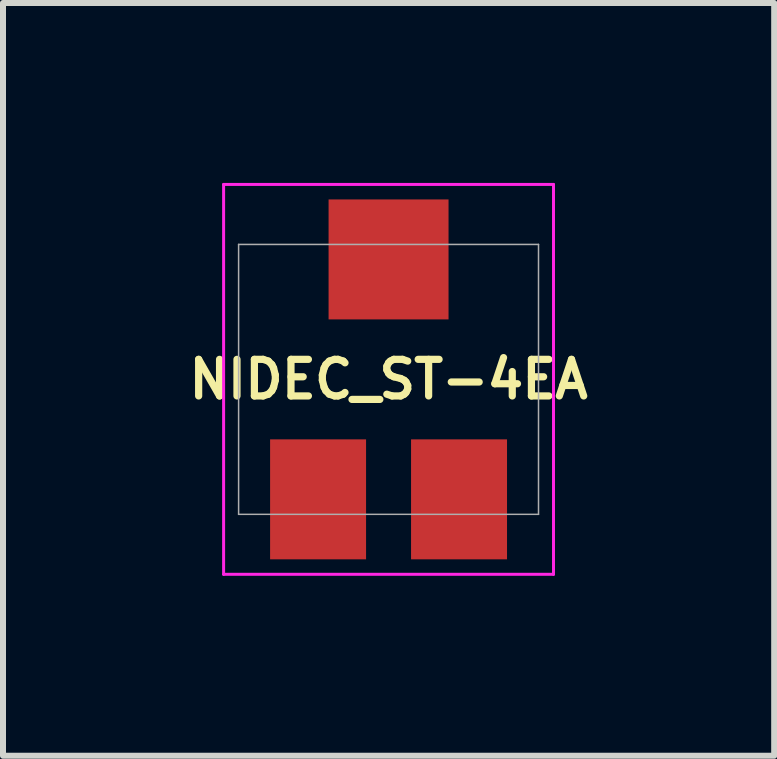
<source format=kicad_pcb>
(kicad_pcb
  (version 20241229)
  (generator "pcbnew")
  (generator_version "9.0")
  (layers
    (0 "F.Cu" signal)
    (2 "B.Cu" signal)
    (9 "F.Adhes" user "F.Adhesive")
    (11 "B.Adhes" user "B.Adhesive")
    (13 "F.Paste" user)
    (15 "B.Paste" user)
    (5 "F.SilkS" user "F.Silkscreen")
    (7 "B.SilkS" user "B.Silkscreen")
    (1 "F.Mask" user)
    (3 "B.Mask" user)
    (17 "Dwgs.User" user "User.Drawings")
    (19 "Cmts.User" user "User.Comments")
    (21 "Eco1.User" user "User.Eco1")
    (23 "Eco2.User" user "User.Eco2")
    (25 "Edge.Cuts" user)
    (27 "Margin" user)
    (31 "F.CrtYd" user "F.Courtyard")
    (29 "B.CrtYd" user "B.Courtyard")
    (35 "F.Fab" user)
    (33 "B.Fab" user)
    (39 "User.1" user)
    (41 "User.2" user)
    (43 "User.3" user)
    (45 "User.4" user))
  (footprint "NIDEC_ST-4EA"
    (layer "F.Cu")
    (at 3.428 3.275)
    (property "Reference" "NIDEC_ST-4EA" (at 0 0 0) (layer "F.SilkS") (effects (font (size 0.61 0.61) (thickness 0.12))))
    (attr smd)
    (fp_line (start -2.75 -3.25) (end 2.75 -3.25) (stroke (width 0.05) (type solid)) (layer "F.CrtYd"))
    (fp_line (start -2.75 3.25) (end -2.75 -3.25) (stroke (width 0.05) (type solid)) (layer "F.CrtYd"))
    (fp_line (start 2.75 -3.25) (end 2.75 3.25) (stroke (width 0.05) (type solid)) (layer "F.CrtYd"))
    (fp_line (start 2.75 3.25) (end -2.75 3.25) (stroke (width 0.05) (type solid)) (layer "F.CrtYd"))
    (fp_line (start -2.5 -2.25) (end 2.5 -2.25) (stroke (width 0.025) (type solid)) (layer "F.Fab"))
    (fp_line (start -2.5 2.25) (end -2.5 -2.25) (stroke (width 0.025) (type solid)) (layer "F.Fab"))
    (fp_line (start 2.5 -2.25) (end 2.5 2.25) (stroke (width 0.025) (type solid)) (layer "F.Fab"))
    (fp_line (start 2.5 2.25) (end -2.5 2.25) (stroke (width 0.025) (type solid)) (layer "F.Fab"))
    (pad "1" smd rect (at 1.175 2) (size 1.6 2) (layers "F.Cu" "F.Mask" "F.Paste"))
    (pad "2" smd rect (at 0 -2) (size 2 2) (layers "F.Cu" "F.Mask" "F.Paste"))
    (pad "3" smd rect (at -1.175 2) (size 1.6 2) (layers "F.Cu" "F.Mask" "F.Paste")))
  (gr_rect
    (start -3 -3)
    (end 9.857 9.55)
    (stroke (width 0.1) (type default))
    (fill no)
    (layer "Edge.Cuts")))
</source>
